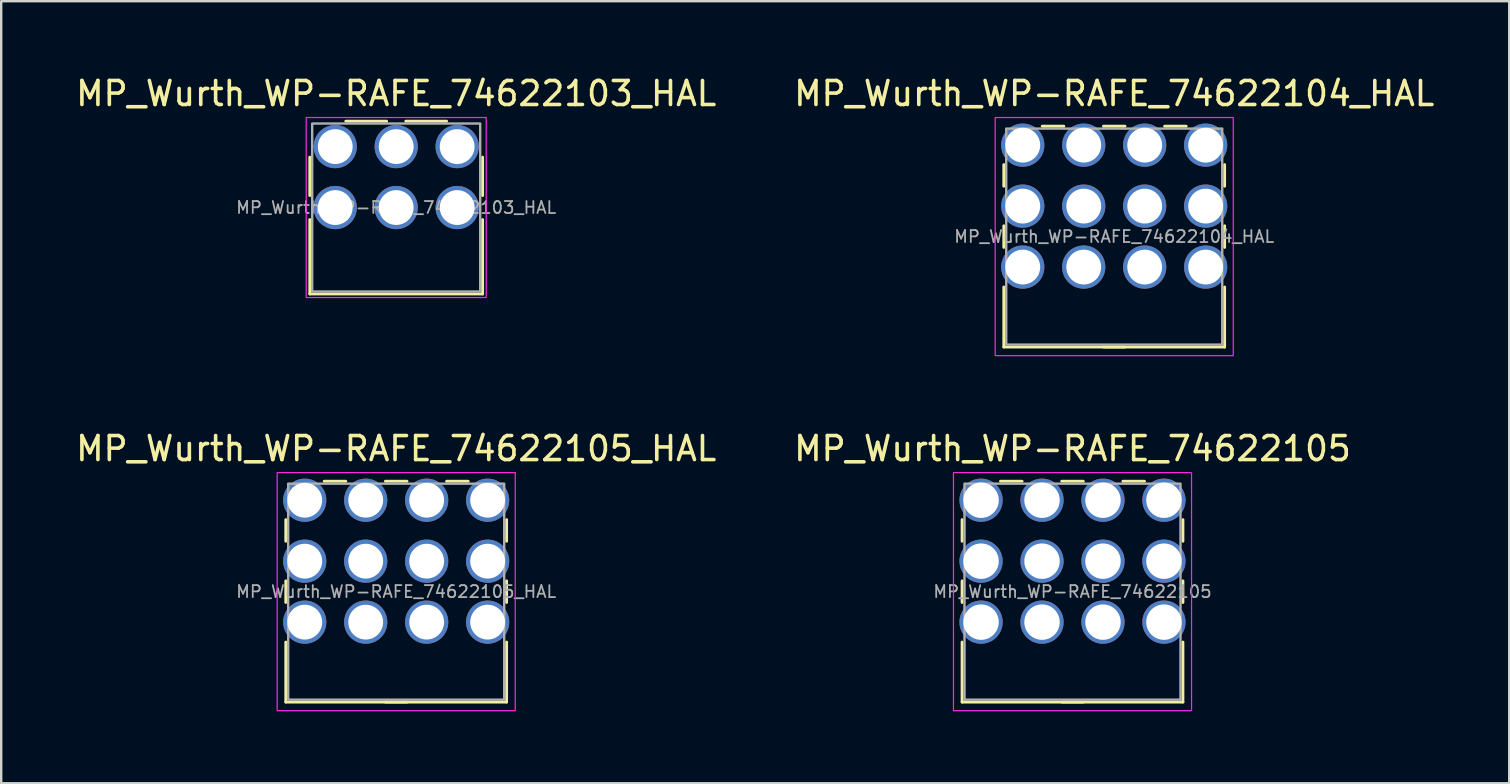
<source format=kicad_pcb>
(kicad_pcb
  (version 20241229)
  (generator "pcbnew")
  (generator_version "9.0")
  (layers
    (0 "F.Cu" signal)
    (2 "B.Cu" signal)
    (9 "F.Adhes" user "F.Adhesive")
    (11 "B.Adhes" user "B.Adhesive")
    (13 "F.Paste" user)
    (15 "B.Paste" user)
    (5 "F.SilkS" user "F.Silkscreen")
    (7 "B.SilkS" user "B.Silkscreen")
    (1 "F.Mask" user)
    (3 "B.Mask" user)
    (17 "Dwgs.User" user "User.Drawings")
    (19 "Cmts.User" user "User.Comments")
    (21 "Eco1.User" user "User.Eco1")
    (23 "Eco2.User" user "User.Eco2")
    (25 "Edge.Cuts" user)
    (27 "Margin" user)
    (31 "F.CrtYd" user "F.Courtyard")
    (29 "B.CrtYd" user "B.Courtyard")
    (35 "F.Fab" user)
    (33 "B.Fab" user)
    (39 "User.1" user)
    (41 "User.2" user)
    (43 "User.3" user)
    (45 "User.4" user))
  (footprint "MP_Wurth_WP-RAFE_74622104_HAL"
    (layer "F.Cu")
    (at 43.375 6.808)
    (property "Reference" "MP_Wurth_WP-RAFE_74622104_HAL" (at 0 -5.96 0) (unlocked yes) (layer "F.SilkS") (effects (font (size 1 1) (thickness 0.15))))
    (attr through_hole)
    (fp_line (start -4.6 -2.1) (end -4.6 -3) (stroke (width 0.12) (type solid)) (layer "F.SilkS"))
    (fp_line (start -4.6 0.45) (end -4.6 -0.45) (stroke (width 0.12) (type solid)) (layer "F.SilkS"))
    (fp_line (start -4.6 4.6) (end -4.6 2.1) (stroke (width 0.12) (type solid)) (layer "F.SilkS"))
    (fp_line (start -3 -4.6) (end -2.1 -4.6) (stroke (width 0.12) (type solid)) (layer "F.SilkS"))
    (fp_line (start -0.45 -4.6) (end 0.45 -4.6) (stroke (width 0.12) (type solid)) (layer "F.SilkS"))
    (fp_line (start 0.45 4.6) (end -0.45 4.6) (stroke (width 0.12) (type solid)) (layer "F.SilkS"))
    (fp_line (start 2.1 -4.6) (end 3 -4.6) (stroke (width 0.12) (type solid)) (layer "F.SilkS"))
    (fp_line (start 4.6 -3) (end 4.6 -2.1) (stroke (width 0.12) (type solid)) (layer "F.SilkS"))
    (fp_line (start 4.6 -0.45) (end 4.6 0.45) (stroke (width 0.12) (type solid)) (layer "F.SilkS"))
    (fp_line (start 4.6 2.1) (end 4.6 4.6) (stroke (width 0.12) (type solid)) (layer "F.SilkS"))
    (fp_line (start 4.6 4.6) (end -4.6 4.6) (stroke (width 0.12) (type solid)) (layer "F.SilkS"))
    (fp_rect (start -4.96 -4.96) (end 4.96 4.96) (stroke (width 0.05) (type solid)) (fill no) (layer "F.CrtYd"))
    (fp_rect (start -4.5 -4.5) (end 4.5 4.5) (stroke (width 0.1) (type solid)) (fill no) (layer "F.Fab"))
    (fp_text user "${REFERENCE}" (at 0 0 0) (unlocked yes) (layer "F.Fab") (effects (font (size 0.5 0.5) (thickness 0.075))))
    (pad "1" thru_hole circle (at -3.81 -3.81) (size 1.8 1.8) (drill 1.45) (layers "*.Cu" "*.Mask"))
    (pad "1" thru_hole circle (at -3.81 -1.27) (size 1.8 1.8) (drill 1.45) (layers "*.Cu" "*.Mask"))
    (pad "1" thru_hole circle (at -3.81 1.27) (size 1.8 1.8) (drill 1.45) (layers "*.Cu" "*.Mask"))
    (pad "1" thru_hole circle (at -1.27 -3.81) (size 1.8 1.8) (drill 1.45) (layers "*.Cu" "*.Mask"))
    (pad "1" thru_hole circle (at -1.27 -1.27) (size 1.8 1.8) (drill 1.45) (layers "*.Cu" "*.Mask"))
    (pad "1" thru_hole circle (at -1.27 1.27) (size 1.8 1.8) (drill 1.45) (layers "*.Cu" "*.Mask"))
    (pad "1" thru_hole circle (at 1.27 -3.81) (size 1.8 1.8) (drill 1.45) (layers "*.Cu" "*.Mask"))
    (pad "1" thru_hole circle (at 1.27 -1.27) (size 1.8 1.8) (drill 1.45) (layers "*.Cu" "*.Mask"))
    (pad "1" thru_hole circle (at 1.27 1.27) (size 1.8 1.8) (drill 1.45) (layers "*.Cu" "*.Mask"))
    (pad "1" thru_hole circle (at 3.81 -3.81) (size 1.8 1.8) (drill 1.45) (layers "*.Cu" "*.Mask"))
    (pad "1" thru_hole circle (at 3.81 -1.27) (size 1.8 1.8) (drill 1.45) (layers "*.Cu" "*.Mask"))
    (pad "1" thru_hole circle (at 3.81 1.27) (size 1.8 1.8) (drill 1.45) (layers "*.Cu" "*.Mask")))
  (footprint "MP_Wurth_WP-RAFE_74622105"
    (layer "F.Cu")
    (at 41.637 21.602)
    (property "Reference" "MP_Wurth_WP-RAFE_74622105" (at 0 -5.96 0) (unlocked yes) (layer "F.SilkS") (effects (font (size 1 1) (thickness 0.15))))
    (attr through_hole)
    (fp_line (start -4.6 -2.1) (end -4.6 -3) (stroke (width 0.12) (type solid)) (layer "F.SilkS"))
    (fp_line (start -4.6 0.45) (end -4.6 -0.45) (stroke (width 0.12) (type solid)) (layer "F.SilkS"))
    (fp_line (start -4.6 4.6) (end -4.6 2.1) (stroke (width 0.12) (type solid)) (layer "F.SilkS"))
    (fp_line (start -3 -4.6) (end -2.1 -4.6) (stroke (width 0.12) (type solid)) (layer "F.SilkS"))
    (fp_line (start -0.45 -4.6) (end 0.45 -4.6) (stroke (width 0.12) (type solid)) (layer "F.SilkS"))
    (fp_line (start 0.45 4.6) (end -0.45 4.6) (stroke (width 0.12) (type solid)) (layer "F.SilkS"))
    (fp_line (start 2.1 -4.6) (end 3 -4.6) (stroke (width 0.12) (type solid)) (layer "F.SilkS"))
    (fp_line (start 4.6 -3) (end 4.6 -2.1) (stroke (width 0.12) (type solid)) (layer "F.SilkS"))
    (fp_line (start 4.6 -0.45) (end 4.6 0.45) (stroke (width 0.12) (type solid)) (layer "F.SilkS"))
    (fp_line (start 4.6 2.1) (end 4.6 4.6) (stroke (width 0.12) (type solid)) (layer "F.SilkS"))
    (fp_line (start 4.6 4.6) (end -4.6 4.6) (stroke (width 0.12) (type solid)) (layer "F.SilkS"))
    (fp_rect (start -4.96 -4.96) (end 4.96 4.96) (stroke (width 0.05) (type solid)) (fill no) (layer "F.CrtYd"))
    (fp_rect (start -4.5 -4.5) (end 4.5 4.5) (stroke (width 0.1) (type solid)) (fill no) (layer "F.Fab"))
    (fp_text user "${REFERENCE}" (at 0 0 0) (unlocked yes) (layer "F.Fab") (effects (font (size 0.5 0.5) (thickness 0.075))))
    (pad "1" thru_hole circle (at -3.81 -3.81) (size 1.8 1.8) (drill 1.475) (layers "*.Cu" "*.Mask"))
    (pad "1" thru_hole circle (at -3.81 -1.27) (size 1.8 1.8) (drill 1.475) (layers "*.Cu" "*.Mask"))
    (pad "1" thru_hole circle (at -3.81 1.27) (size 1.8 1.8) (drill 1.475) (layers "*.Cu" "*.Mask"))
    (pad "1" thru_hole circle (at -1.27 -3.81) (size 1.8 1.8) (drill 1.475) (layers "*.Cu" "*.Mask"))
    (pad "1" thru_hole circle (at -1.27 -1.27) (size 1.8 1.8) (drill 1.475) (layers "*.Cu" "*.Mask"))
    (pad "1" thru_hole circle (at -1.27 1.27) (size 1.8 1.8) (drill 1.475) (layers "*.Cu" "*.Mask"))
    (pad "1" thru_hole circle (at 1.27 -3.81) (size 1.8 1.8) (drill 1.475) (layers "*.Cu" "*.Mask"))
    (pad "1" thru_hole circle (at 1.27 -1.27) (size 1.8 1.8) (drill 1.475) (layers "*.Cu" "*.Mask"))
    (pad "1" thru_hole circle (at 1.27 1.27) (size 1.8 1.8) (drill 1.475) (layers "*.Cu" "*.Mask"))
    (pad "1" thru_hole circle (at 3.81 -3.81) (size 1.8 1.8) (drill 1.475) (layers "*.Cu" "*.Mask"))
    (pad "1" thru_hole circle (at 3.81 -1.27) (size 1.8 1.8) (drill 1.475) (layers "*.Cu" "*.Mask"))
    (pad "1" thru_hole circle (at 3.81 1.27) (size 1.8 1.8) (drill 1.475) (layers "*.Cu" "*.Mask")))
  (footprint "MP_Wurth_WP-RAFE_74622103_HAL"
    (layer "F.Cu")
    (at 13.458 5.598)
    (property "Reference" "MP_Wurth_WP-RAFE_74622103_HAL" (at 0 -4.75 0) (unlocked yes) (layer "F.SilkS") (effects (font (size 1 1) (thickness 0.15))))
    (attr through_hole)
    (fp_line (start -3.6 -2.1) (end -3.6 -0.5) (stroke (width 0.12) (type solid)) (layer "F.SilkS"))
    (fp_line (start -3.6 3.6) (end -3.6 0.5) (stroke (width 0.12) (type solid)) (layer "F.SilkS"))
    (fp_line (start -3.6 3.6) (end 3.6 3.6) (stroke (width 0.12) (type solid)) (layer "F.SilkS"))
    (fp_line (start -2.1 -3.6) (end -0.4 -3.6) (stroke (width 0.12) (type solid)) (layer "F.SilkS"))
    (fp_line (start 0.4 -3.6) (end 2.1 -3.6) (stroke (width 0.12) (type solid)) (layer "F.SilkS"))
    (fp_line (start 3.6 -0.5) (end 3.6 -2.1) (stroke (width 0.12) (type solid)) (layer "F.SilkS"))
    (fp_line (start 3.6 3.6) (end 3.6 0.5) (stroke (width 0.12) (type solid)) (layer "F.SilkS"))
    (fp_rect (start -3.75 -3.75) (end 3.75 3.75) (stroke (width 0.05) (type solid)) (fill no) (layer "F.CrtYd"))
    (fp_rect (start -3.5 -3.5) (end 3.5 3.5) (stroke (width 0.1) (type solid)) (fill no) (layer "F.Fab"))
    (fp_text user "${REFERENCE}" (at 0 0 0) (unlocked yes) (layer "F.Fab") (effects (font (size 0.5 0.5) (thickness 0.075))))
    (pad "1" thru_hole circle (at -2.54 -2.54) (size 1.8 1.8) (drill 1.45) (layers "*.Cu" "*.Mask"))
    (pad "1" thru_hole circle (at -2.54 0) (size 1.8 1.8) (drill 1.45) (layers "*.Cu" "*.Mask"))
    (pad "1" thru_hole circle (at 0 -2.54) (size 1.8 1.8) (drill 1.45) (layers "*.Cu" "*.Mask"))
    (pad "1" thru_hole circle (at 0 0) (size 1.8 1.8) (drill 1.45) (layers "*.Cu" "*.Mask"))
    (pad "1" thru_hole circle (at 2.54 -2.54) (size 1.8 1.8) (drill 1.45) (layers "*.Cu" "*.Mask"))
    (pad "1" thru_hole circle (at 2.54 0) (size 1.8 1.8) (drill 1.45) (layers "*.Cu" "*.Mask")))
  (footprint "MP_Wurth_WP-RAFE_74622105_HAL"
    (layer "F.Cu")
    (at 13.458 21.602)
    (property "Reference" "MP_Wurth_WP-RAFE_74622105_HAL" (at 0 -5.96 0) (unlocked yes) (layer "F.SilkS") (effects (font (size 1 1) (thickness 0.15))))
    (attr through_hole)
    (fp_line (start -4.6 -2.1) (end -4.6 -3) (stroke (width 0.12) (type solid)) (layer "F.SilkS"))
    (fp_line (start -4.6 0.45) (end -4.6 -0.45) (stroke (width 0.12) (type solid)) (layer "F.SilkS"))
    (fp_line (start -4.6 4.6) (end -4.6 2.1) (stroke (width 0.12) (type solid)) (layer "F.SilkS"))
    (fp_line (start -3 -4.6) (end -2.1 -4.6) (stroke (width 0.12) (type solid)) (layer "F.SilkS"))
    (fp_line (start -0.45 -4.6) (end 0.45 -4.6) (stroke (width 0.12) (type solid)) (layer "F.SilkS"))
    (fp_line (start 0.45 4.6) (end -0.45 4.6) (stroke (width 0.12) (type solid)) (layer "F.SilkS"))
    (fp_line (start 2.1 -4.6) (end 3 -4.6) (stroke (width 0.12) (type solid)) (layer "F.SilkS"))
    (fp_line (start 4.6 -3) (end 4.6 -2.1) (stroke (width 0.12) (type solid)) (layer "F.SilkS"))
    (fp_line (start 4.6 -0.45) (end 4.6 0.45) (stroke (width 0.12) (type solid)) (layer "F.SilkS"))
    (fp_line (start 4.6 2.1) (end 4.6 4.6) (stroke (width 0.12) (type solid)) (layer "F.SilkS"))
    (fp_line (start 4.6 4.6) (end -4.6 4.6) (stroke (width 0.12) (type solid)) (layer "F.SilkS"))
    (fp_rect (start -4.96 -4.96) (end 4.96 4.96) (stroke (width 0.05) (type solid)) (fill no) (layer "F.CrtYd"))
    (fp_rect (start -4.5 -4.5) (end 4.5 4.5) (stroke (width 0.1) (type solid)) (fill no) (layer "F.Fab"))
    (fp_text user "${REFERENCE}" (at 0 0 0) (unlocked yes) (layer "F.Fab") (effects (font (size 0.5 0.5) (thickness 0.075))))
    (pad "1" thru_hole circle (at -3.81 -3.81) (size 1.8 1.8) (drill 1.45) (layers "*.Cu" "*.Mask"))
    (pad "1" thru_hole circle (at -3.81 -1.27) (size 1.8 1.8) (drill 1.45) (layers "*.Cu" "*.Mask"))
    (pad "1" thru_hole circle (at -3.81 1.27) (size 1.8 1.8) (drill 1.45) (layers "*.Cu" "*.Mask"))
    (pad "1" thru_hole circle (at -1.27 -3.81) (size 1.8 1.8) (drill 1.45) (layers "*.Cu" "*.Mask"))
    (pad "1" thru_hole circle (at -1.27 -1.27) (size 1.8 1.8) (drill 1.45) (layers "*.Cu" "*.Mask"))
    (pad "1" thru_hole circle (at -1.27 1.27) (size 1.8 1.8) (drill 1.45) (layers "*.Cu" "*.Mask"))
    (pad "1" thru_hole circle (at 1.27 -3.81) (size 1.8 1.8) (drill 1.45) (layers "*.Cu" "*.Mask"))
    (pad "1" thru_hole circle (at 1.27 -1.27) (size 1.8 1.8) (drill 1.45) (layers "*.Cu" "*.Mask"))
    (pad "1" thru_hole circle (at 1.27 1.27) (size 1.8 1.8) (drill 1.45) (layers "*.Cu" "*.Mask"))
    (pad "1" thru_hole circle (at 3.81 -3.81) (size 1.8 1.8) (drill 1.45) (layers "*.Cu" "*.Mask"))
    (pad "1" thru_hole circle (at 3.81 -1.27) (size 1.8 1.8) (drill 1.45) (layers "*.Cu" "*.Mask"))
    (pad "1" thru_hole circle (at 3.81 1.27) (size 1.8 1.8) (drill 1.45) (layers "*.Cu" "*.Mask")))
  (gr_rect
    (start -3 -3)
    (end 59.833 29.587)
    (stroke (width 0.1) (type default))
    (fill no)
    (layer "Edge.Cuts")))
</source>
